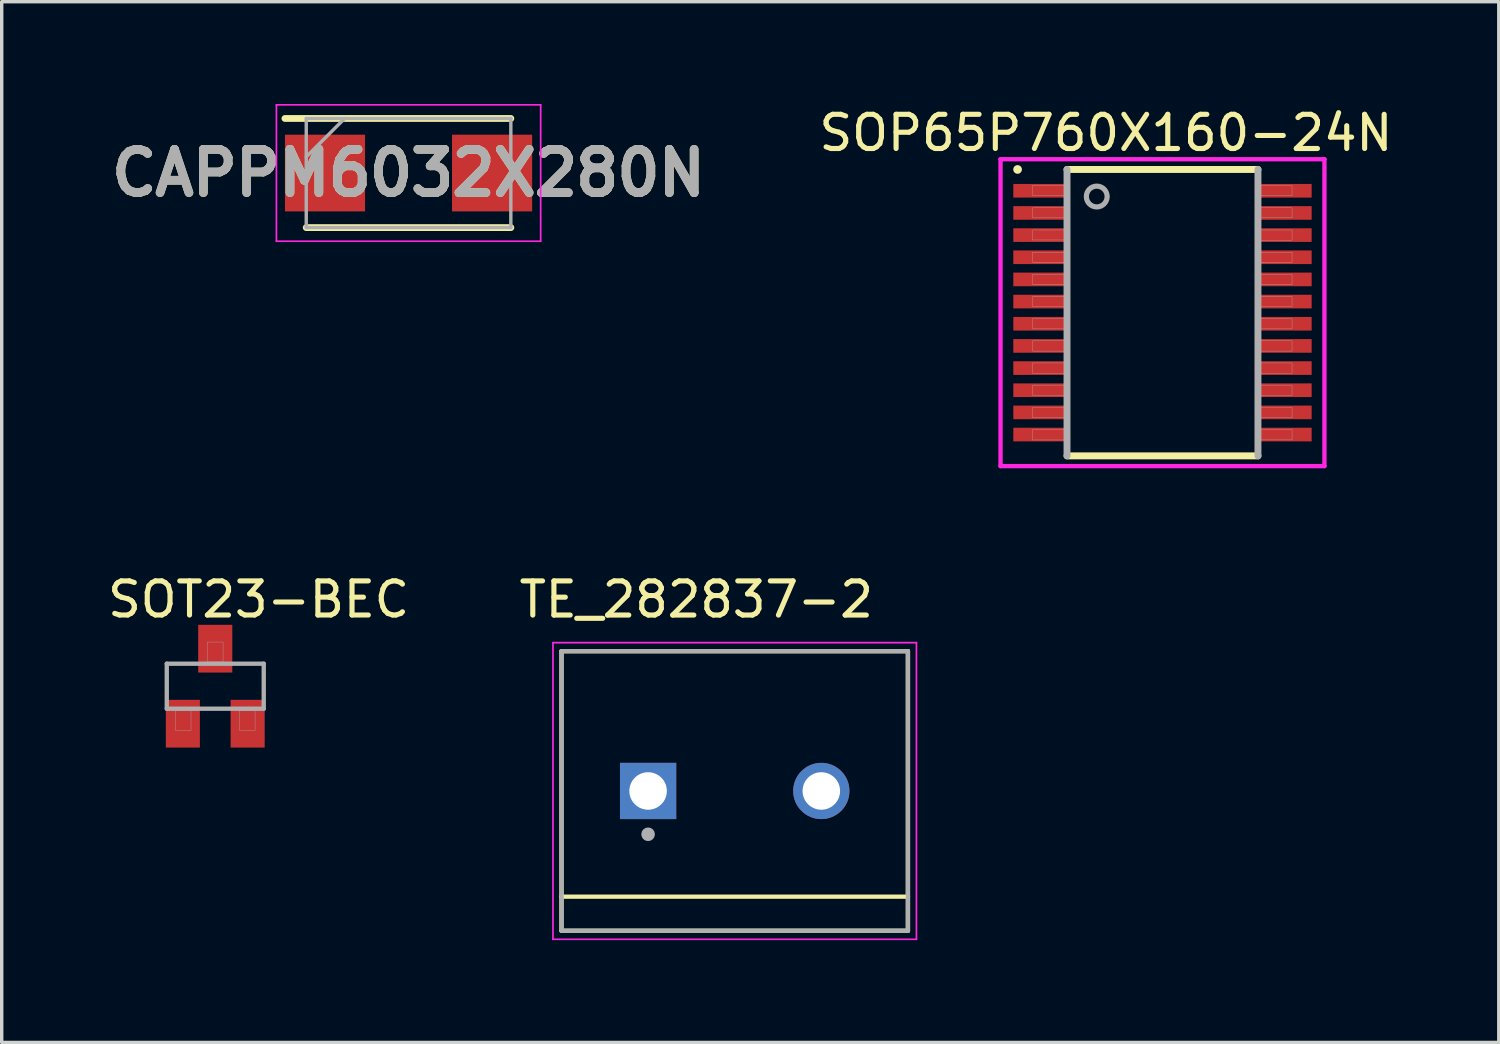
<source format=kicad_pcb>
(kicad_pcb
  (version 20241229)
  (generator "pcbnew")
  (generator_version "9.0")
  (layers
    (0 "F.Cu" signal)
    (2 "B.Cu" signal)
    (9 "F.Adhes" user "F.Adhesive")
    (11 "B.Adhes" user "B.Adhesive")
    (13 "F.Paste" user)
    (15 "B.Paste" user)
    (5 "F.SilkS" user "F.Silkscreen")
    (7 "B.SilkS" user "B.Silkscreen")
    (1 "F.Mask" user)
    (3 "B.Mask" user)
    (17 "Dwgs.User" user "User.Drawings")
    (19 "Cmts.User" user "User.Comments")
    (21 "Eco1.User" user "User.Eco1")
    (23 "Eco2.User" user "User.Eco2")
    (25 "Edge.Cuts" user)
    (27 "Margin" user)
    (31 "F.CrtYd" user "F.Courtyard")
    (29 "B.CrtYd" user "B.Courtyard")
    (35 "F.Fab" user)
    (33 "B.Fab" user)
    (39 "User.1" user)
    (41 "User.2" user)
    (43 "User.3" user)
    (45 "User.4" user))
  (footprint "CAPPM6032X280N"
    (layer "F.Cu")
    (at 8.932 2.025)
    (property "Reference" "CAPPM6032X280N" (at 0 0 0) (layer "F.SilkS") (effects (font (size 1.27 1.27) (thickness 0.254))))
    (attr smd)
    (fp_line (start -3 1.6) (end 3 1.6) (stroke (width 0.2) (type solid)) (layer "F.SilkS"))
    (fp_line (start 3 -1.6) (end -3.625 -1.6) (stroke (width 0.2) (type solid)) (layer "F.SilkS"))
    (fp_line (start -3.875 -2) (end 3.875 -2) (stroke (width 0.05) (type solid)) (layer "F.CrtYd"))
    (fp_line (start -3.875 2) (end -3.875 -2) (stroke (width 0.05) (type solid)) (layer "F.CrtYd"))
    (fp_line (start 3.875 -2) (end 3.875 2) (stroke (width 0.05) (type solid)) (layer "F.CrtYd"))
    (fp_line (start 3.875 2) (end -3.875 2) (stroke (width 0.05) (type solid)) (layer "F.CrtYd"))
    (fp_line (start -3 -1.6) (end 3 -1.6) (stroke (width 0.1) (type solid)) (layer "F.Fab"))
    (fp_line (start -3 -0.475) (end -1.875 -1.6) (stroke (width 0.1) (type solid)) (layer "F.Fab"))
    (fp_line (start -3 1.6) (end -3 -1.6) (stroke (width 0.1) (type solid)) (layer "F.Fab"))
    (fp_line (start 3 -1.6) (end 3 1.6) (stroke (width 0.1) (type solid)) (layer "F.Fab"))
    (fp_line (start 3 1.6) (end -3 1.6) (stroke (width 0.1) (type solid)) (layer "F.Fab"))
    (fp_text user "${REFERENCE}" (at 0 0 0) (layer "F.Fab") (effects (font (size 1.27 1.27) (thickness 0.254))))
    (pad "A" smd rect (at -2.45 0 90) (size 2.25 2.35) (layers "F.Cu" "F.Mask" "F.Paste"))
    (pad "C" smd rect (at 2.45 0 90) (size 2.25 2.35) (layers "F.Cu" "F.Mask" "F.Paste")))
  (footprint "SOT23-BEC"
    (layer "F.Cu")
    (at 3.263 17.075)
    (property "Reference" "SOT23-BEC" (at 1.271 -2.543 0) (layer "F.SilkS") (effects (font (size 1.001 1.001) (thickness 0.15))))
    (attr smd)
    (fp_line (start -1.422 -0.66) (end 1.422 -0.66) (stroke (width 0.127) (type solid)) (layer "F.Fab"))
    (fp_line (start -1.422 0.66) (end -1.422 -0.66) (stroke (width 0.127) (type solid)) (layer "F.Fab"))
    (fp_line (start 1.422 -0.66) (end 1.422 0.66) (stroke (width 0.127) (type solid)) (layer "F.Fab"))
    (fp_line (start 1.422 0.66) (end -1.422 0.66) (stroke (width 0.127) (type solid)) (layer "F.Fab"))
    (fp_poly (pts (xy -1.17 0.711) (xy -0.711 0.711) (xy -0.711 1.297) (xy -1.17 1.297)) (stroke (width 0.01) (type solid)) (fill no) (layer "F.Fab"))
    (fp_poly (pts (xy -0.229 -1.295) (xy 0.229 -1.295) (xy 0.229 -0.711) (xy -0.229 -0.711)) (stroke (width 0.01) (type solid)) (fill no) (layer "F.Fab"))
    (fp_poly (pts (xy 0.711 0.711) (xy 1.168 0.711) (xy 1.168 1.296) (xy 0.711 1.296)) (stroke (width 0.01) (type solid)) (fill no) (layer "F.Fab"))
    (pad "B" smd rect (at -0.95 1.1) (size 1 1.4) (layers "F.Cu" "F.Mask" "F.Paste"))
    (pad "C" smd rect (at 0 -1.1) (size 1 1.4) (layers "F.Cu" "F.Mask" "F.Paste"))
    (pad "E" smd rect (at 0.95 1.1) (size 1 1.4) (layers "F.Cu" "F.Mask" "F.Paste")))
  (footprint "SOP65P760X160-24N"
    (layer "F.Cu")
    (at 31.044 6.12)
    (property "Reference" "SOP65P760X160-24N" (at -1.658 -5.271 0) (layer "F.SilkS") (effects (font (size 1.002 1.002) (thickness 0.15))))
    (attr smd)
    (fp_line (start -2.8 4.2) (end 2.8 4.2) (stroke (width 0.203) (type solid)) (layer "F.SilkS"))
    (fp_line (start 2.8 -4.2) (end -2.8 -4.2) (stroke (width 0.203) (type solid)) (layer "F.SilkS"))
    (fp_circle (center -4.25 -4.2) (end -4.123 -4.2) (stroke (width 0) (type solid)) (fill yes) (layer "F.SilkS"))
    (fp_line (start -4.75 -4.5) (end 4.75 -4.5) (stroke (width 0.127) (type solid)) (layer "F.CrtYd"))
    (fp_line (start -4.75 4.5) (end -4.75 -4.5) (stroke (width 0.127) (type solid)) (layer "F.CrtYd"))
    (fp_line (start 4.75 -4.5) (end 4.75 4.5) (stroke (width 0.127) (type solid)) (layer "F.CrtYd"))
    (fp_line (start 4.75 4.5) (end -4.75 4.5) (stroke (width 0.127) (type solid)) (layer "F.CrtYd"))
    (fp_line (start -2.8 -4.2) (end -2.8 4.2) (stroke (width 0.203) (type solid)) (layer "F.Fab"))
    (fp_line (start 2.8 4.2) (end 2.8 -4.2) (stroke (width 0.203) (type solid)) (layer "F.Fab"))
    (fp_circle (center -1.928 -3.406) (end -1.623 -3.406) (stroke (width 0.152) (type solid)) (fill no) (layer "F.Fab"))
    (fp_poly (pts (xy -3.812 -2.425) (xy -2.8 -2.425) (xy -2.8 -2.132) (xy -3.812 -2.132)) (stroke (width 0.01) (type solid)) (fill no) (layer "F.Fab"))
    (fp_poly (pts (xy -3.812 0.175) (xy -2.8 0.175) (xy -2.8 0.476) (xy -3.812 0.476)) (stroke (width 0.01) (type solid)) (fill no) (layer "F.Fab"))
    (fp_poly (pts (xy -3.811 -3.725) (xy -2.8 -3.725) (xy -2.8 -3.435) (xy -3.811 -3.435)) (stroke (width 0.01) (type solid)) (fill no) (layer "F.Fab"))
    (fp_poly (pts (xy -3.81 1.475) (xy -2.8 1.475) (xy -2.8 1.78) (xy -3.81 1.78)) (stroke (width 0.01) (type solid)) (fill no) (layer "F.Fab"))
    (fp_poly (pts (xy -3.81 2.125) (xy -2.8 2.125) (xy -2.8 2.432) (xy -3.81 2.432)) (stroke (width 0.01) (type solid)) (fill no) (layer "F.Fab"))
    (fp_poly (pts (xy -3.808 -1.125) (xy -2.8 -1.125) (xy -2.8 -0.827) (xy -3.808 -0.827)) (stroke (width 0.01) (type solid)) (fill no) (layer "F.Fab"))
    (fp_poly (pts (xy -3.808 2.775) (xy -2.8 2.775) (xy -2.8 3.081) (xy -3.808 3.081)) (stroke (width 0.01) (type solid)) (fill no) (layer "F.Fab"))
    (fp_poly (pts (xy -3.808 3.425) (xy -2.8 3.425) (xy -2.8 3.733) (xy -3.808 3.733)) (stroke (width 0.01) (type solid)) (fill no) (layer "F.Fab"))
    (fp_poly (pts (xy -3.808 0.825) (xy -2.8 0.825) (xy -2.8 1.127) (xy -3.808 1.127)) (stroke (width 0.01) (type solid)) (fill no) (layer "F.Fab"))
    (fp_poly (pts (xy -3.807 -1.775) (xy -2.8 -1.775) (xy -2.8 -1.478) (xy -3.807 -1.478)) (stroke (width 0.01) (type solid)) (fill no) (layer "F.Fab"))
    (fp_poly (pts (xy -3.807 -0.475) (xy -2.8 -0.475) (xy -2.8 -0.175) (xy -3.807 -0.175)) (stroke (width 0.01) (type solid)) (fill no) (layer "F.Fab"))
    (fp_poly (pts (xy -3.807 -3.075) (xy -2.8 -3.075) (xy -2.8 -2.78) (xy -3.807 -2.78)) (stroke (width 0.01) (type solid)) (fill no) (layer "F.Fab"))
    (fp_poly (pts (xy 2.802 -2.425) (xy 3.8 -2.425) (xy 3.8 -2.126) (xy 2.802 -2.126)) (stroke (width 0.01) (type solid)) (fill no) (layer "F.Fab"))
    (fp_poly (pts (xy 2.803 1.475) (xy 3.8 1.475) (xy 3.8 1.777) (xy 2.803 1.777)) (stroke (width 0.01) (type solid)) (fill no) (layer "F.Fab"))
    (fp_poly (pts (xy 2.804 2.125) (xy 3.8 2.125) (xy 3.8 2.428) (xy 2.804 2.428)) (stroke (width 0.01) (type solid)) (fill no) (layer "F.Fab"))
    (fp_poly (pts (xy 2.805 3.425) (xy 3.8 3.425) (xy 3.8 3.731) (xy 2.805 3.731)) (stroke (width 0.01) (type solid)) (fill no) (layer "F.Fab"))
    (fp_poly (pts (xy 2.805 -3.725) (xy 3.8 -3.725) (xy 3.8 -3.431) (xy 2.805 -3.431)) (stroke (width 0.01) (type solid)) (fill no) (layer "F.Fab"))
    (fp_poly (pts (xy 2.805 -1.775) (xy 3.8 -1.775) (xy 3.8 -1.478) (xy 2.805 -1.478)) (stroke (width 0.01) (type solid)) (fill no) (layer "F.Fab"))
    (fp_poly (pts (xy 2.806 -3.075) (xy 3.8 -3.075) (xy 3.8 -2.781) (xy 2.806 -2.781)) (stroke (width 0.01) (type solid)) (fill no) (layer "F.Fab"))
    (fp_poly (pts (xy 2.806 0.175) (xy 3.8 0.175) (xy 3.8 0.476) (xy 2.806 0.476)) (stroke (width 0.01) (type solid)) (fill no) (layer "F.Fab"))
    (fp_poly (pts (xy 2.807 -1.125) (xy 3.8 -1.125) (xy 3.8 -0.827) (xy 2.807 -0.827)) (stroke (width 0.01) (type solid)) (fill no) (layer "F.Fab"))
    (fp_poly (pts (xy 2.807 -0.475) (xy 3.8 -0.475) (xy 3.8 -0.175) (xy 2.807 -0.175)) (stroke (width 0.01) (type solid)) (fill no) (layer "F.Fab"))
    (fp_poly (pts (xy 2.808 0.825) (xy 3.8 0.825) (xy 3.8 1.128) (xy 2.808 1.128)) (stroke (width 0.01) (type solid)) (fill no) (layer "F.Fab"))
    (fp_poly (pts (xy 2.808 2.775) (xy 3.8 2.775) (xy 3.8 3.084) (xy 2.808 3.084)) (stroke (width 0.01) (type solid)) (fill no) (layer "F.Fab"))
    (pad "1" smd rect (at -3.625 -3.575 270) (size 0.4 1.5) (layers "F.Cu" "F.Mask" "F.Paste"))
    (pad "2" smd rect (at -3.625 -2.925 270) (size 0.4 1.5) (layers "F.Cu" "F.Mask" "F.Paste"))
    (pad "3" smd rect (at -3.625 -2.275 270) (size 0.4 1.5) (layers "F.Cu" "F.Mask" "F.Paste"))
    (pad "4" smd rect (at -3.625 -1.625 270) (size 0.4 1.5) (layers "F.Cu" "F.Mask" "F.Paste"))
    (pad "5" smd rect (at -3.625 -0.975 270) (size 0.4 1.5) (layers "F.Cu" "F.Mask" "F.Paste"))
    (pad "6" smd rect (at -3.625 -0.325 270) (size 0.4 1.5) (layers "F.Cu" "F.Mask" "F.Paste"))
    (pad "7" smd rect (at -3.625 0.325 270) (size 0.4 1.5) (layers "F.Cu" "F.Mask" "F.Paste"))
    (pad "8" smd rect (at -3.625 0.975 270) (size 0.4 1.5) (layers "F.Cu" "F.Mask" "F.Paste"))
    (pad "9" smd rect (at -3.625 1.625 270) (size 0.4 1.5) (layers "F.Cu" "F.Mask" "F.Paste"))
    (pad "10" smd rect (at -3.625 2.275 270) (size 0.4 1.5) (layers "F.Cu" "F.Mask" "F.Paste"))
    (pad "11" smd rect (at -3.625 2.925 270) (size 0.4 1.5) (layers "F.Cu" "F.Mask" "F.Paste"))
    (pad "12" smd rect (at -3.625 3.575 270) (size 0.4 1.5) (layers "F.Cu" "F.Mask" "F.Paste"))
    (pad "13" smd rect (at 3.625 3.575 270) (size 0.4 1.5) (layers "F.Cu" "F.Mask" "F.Paste"))
    (pad "14" smd rect (at 3.625 2.925 270) (size 0.4 1.5) (layers "F.Cu" "F.Mask" "F.Paste"))
    (pad "15" smd rect (at 3.625 2.275 270) (size 0.4 1.5) (layers "F.Cu" "F.Mask" "F.Paste"))
    (pad "16" smd rect (at 3.625 1.625 270) (size 0.4 1.5) (layers "F.Cu" "F.Mask" "F.Paste"))
    (pad "17" smd rect (at 3.625 0.975 270) (size 0.4 1.5) (layers "F.Cu" "F.Mask" "F.Paste"))
    (pad "18" smd rect (at 3.625 0.325 270) (size 0.4 1.5) (layers "F.Cu" "F.Mask" "F.Paste"))
    (pad "19" smd rect (at 3.625 -0.325 270) (size 0.4 1.5) (layers "F.Cu" "F.Mask" "F.Paste"))
    (pad "20" smd rect (at 3.625 -0.975 270) (size 0.4 1.5) (layers "F.Cu" "F.Mask" "F.Paste"))
    (pad "21" smd rect (at 3.625 -1.625 270) (size 0.4 1.5) (layers "F.Cu" "F.Mask" "F.Paste"))
    (pad "22" smd rect (at 3.625 -2.275 270) (size 0.4 1.5) (layers "F.Cu" "F.Mask" "F.Paste"))
    (pad "23" smd rect (at 3.625 -2.925 270) (size 0.4 1.5) (layers "F.Cu" "F.Mask" "F.Paste"))
    (pad "24" smd rect (at 3.625 -3.575 270) (size 0.4 1.5) (layers "F.Cu" "F.Mask" "F.Paste")))
  (footprint "TE_282837-2"
    (layer "F.Cu")
    (at 18.498 20.148)
    (property "Reference" "TE_282837-2" (at -1.127 -5.615 0) (layer "F.SilkS") (effects (font (size 1.002 1.002) (thickness 0.15))))
    (attr through_hole)
    (fp_line (start -5.08 -4.1) (end 5.08 -4.1) (stroke (width 0.127) (type solid)) (layer "F.SilkS"))
    (fp_line (start -5.08 3.1) (end -5.08 -4.1) (stroke (width 0.127) (type solid)) (layer "F.SilkS"))
    (fp_line (start -5.08 3.1) (end 5.08 3.1) (stroke (width 0.127) (type solid)) (layer "F.SilkS"))
    (fp_line (start -5.08 4.1) (end -5.08 3.1) (stroke (width 0.127) (type solid)) (layer "F.SilkS"))
    (fp_line (start 5.08 -4.1) (end 5.08 3.1) (stroke (width 0.127) (type solid)) (layer "F.SilkS"))
    (fp_line (start 5.08 3.1) (end 5.08 4.1) (stroke (width 0.127) (type solid)) (layer "F.SilkS"))
    (fp_line (start 5.08 4.1) (end -5.08 4.1) (stroke (width 0.127) (type solid)) (layer "F.SilkS"))
    (fp_line (start -5.33 -4.35) (end 5.33 -4.35) (stroke (width 0.05) (type solid)) (layer "F.CrtYd"))
    (fp_line (start -5.33 4.35) (end -5.33 -4.35) (stroke (width 0.05) (type solid)) (layer "F.CrtYd"))
    (fp_line (start 5.33 -4.35) (end 5.33 4.35) (stroke (width 0.05) (type solid)) (layer "F.CrtYd"))
    (fp_line (start 5.33 4.35) (end -5.33 4.35) (stroke (width 0.05) (type solid)) (layer "F.CrtYd"))
    (fp_line (start -5.08 -4.1) (end 5.08 -4.1) (stroke (width 0.127) (type solid)) (layer "F.Fab"))
    (fp_line (start -5.08 4.1) (end -5.08 -4.1) (stroke (width 0.127) (type solid)) (layer "F.Fab"))
    (fp_line (start 5.08 -4.1) (end 5.08 4.1) (stroke (width 0.127) (type solid)) (layer "F.Fab"))
    (fp_line (start 5.08 4.1) (end -5.08 4.1) (stroke (width 0.127) (type solid)) (layer "F.Fab"))
    (fp_circle (center -2.54 1.27) (end -2.44 1.27) (stroke (width 0.2) (type solid)) (fill no) (layer "F.Fab"))
    (pad "1" thru_hole rect (at -2.54 0) (size 1.65 1.65) (drill 1.1) (layers "*.Cu" "*.Mask"))
    (pad "2" thru_hole circle (at 2.54 0) (size 1.65 1.65) (drill 1.1) (layers "*.Cu" "*.Mask")))
  (gr_rect
    (start -3 -3)
    (end 40.907 27.523)
    (stroke (width 0.1) (type default))
    (fill no)
    (layer "Edge.Cuts")))
</source>
